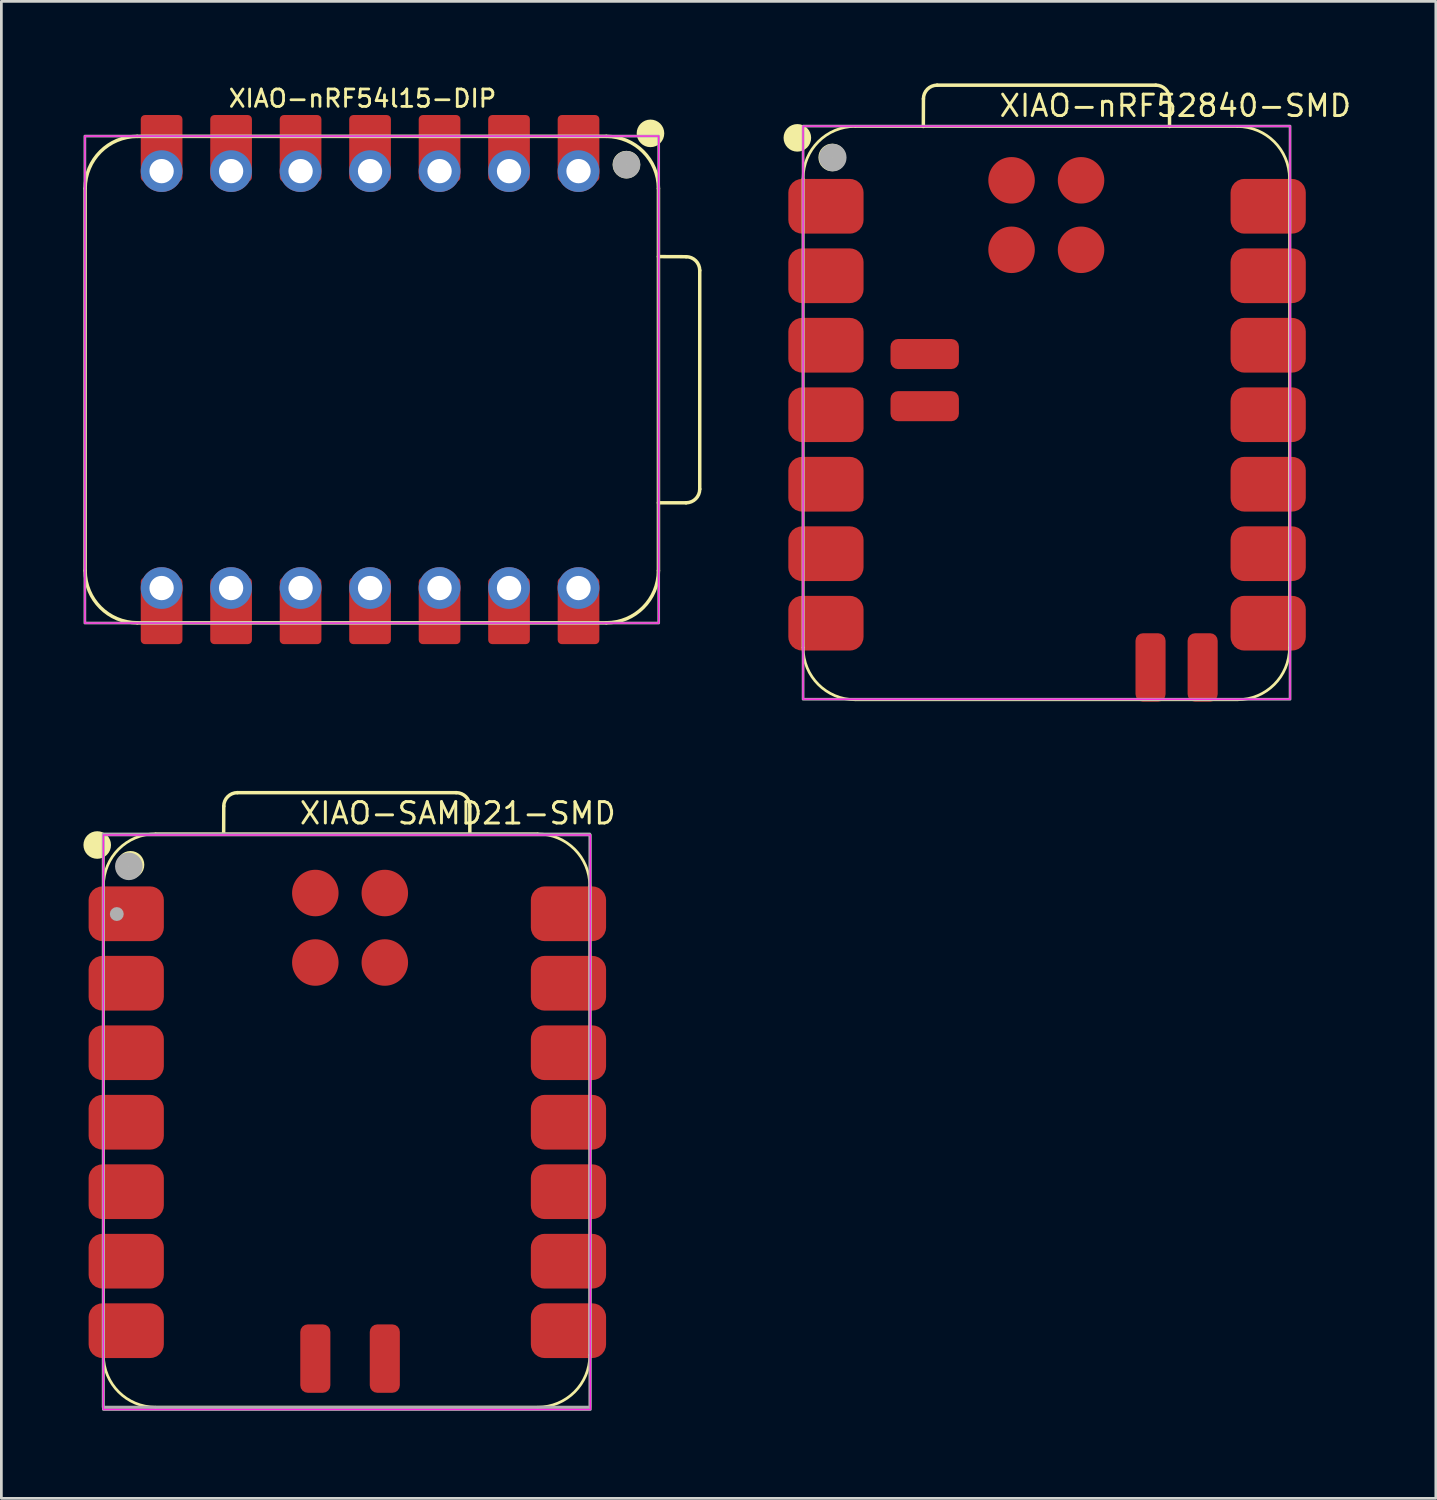
<source format=kicad_pcb>
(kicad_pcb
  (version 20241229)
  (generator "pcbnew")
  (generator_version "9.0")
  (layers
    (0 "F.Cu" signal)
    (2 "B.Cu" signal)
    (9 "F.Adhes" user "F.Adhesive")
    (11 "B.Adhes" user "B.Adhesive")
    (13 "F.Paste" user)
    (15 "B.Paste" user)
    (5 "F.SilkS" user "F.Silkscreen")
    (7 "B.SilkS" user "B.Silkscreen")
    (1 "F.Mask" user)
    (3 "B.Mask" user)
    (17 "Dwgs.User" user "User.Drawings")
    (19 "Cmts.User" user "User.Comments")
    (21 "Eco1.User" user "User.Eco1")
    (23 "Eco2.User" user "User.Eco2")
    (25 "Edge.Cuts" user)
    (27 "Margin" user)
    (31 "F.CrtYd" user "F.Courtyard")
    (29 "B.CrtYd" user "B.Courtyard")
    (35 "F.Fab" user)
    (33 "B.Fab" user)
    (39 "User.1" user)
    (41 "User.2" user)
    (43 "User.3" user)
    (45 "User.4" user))
  (footprint "XIAO-nRF54l15-DIP"
    (layer "F.Cu")
    (at 10.477 10.825)
    (property "Reference" "XIAO-nRF54l15-DIP" (at -0.275 -10.275 0) (unlocked yes) (layer "F.SilkS") (effects (font (size 0.635 0.635) (thickness 0.102))))
    (attr smd)
    (fp_line (start -10.414 -6.985) (end -10.414 6.985) (stroke (width 0.127) (type solid)) (layer "F.SilkS"))
    (fp_line (start -8.509 -8.89) (end 8.636 -8.89) (stroke (width 0.127) (type solid)) (layer "F.SilkS"))
    (fp_line (start -8.509 8.89) (end 8.636 8.89) (stroke (width 0.127) (type solid)) (layer "F.SilkS"))
    (fp_line (start 10.541 -4.495) (end 11.551 -4.491) (stroke (width 0.127) (type solid)) (layer "F.SilkS"))
    (fp_line (start 10.541 6.985) (end 10.541 -6.985) (stroke (width 0.1) (type solid)) (layer "F.SilkS"))
    (fp_line (start 10.541 6.985) (end 10.541 -6.985) (stroke (width 0.127) (type solid)) (layer "F.SilkS"))
    (fp_line (start 11.551 4.504) (end 10.541 4.504) (stroke (width 0.127) (type solid)) (layer "F.SilkS"))
    (fp_line (start 12.051 -3.991) (end 12.051 4.004) (stroke (width 0.127) (type solid)) (layer "F.SilkS"))
    (fp_arc (start -10.414 -6.985) (mid -9.856038 -8.332038) (end -8.509 -8.89) (stroke (width 0.127) (type solid)) (layer "F.SilkS"))
    (fp_arc (start -8.509 8.89) (mid -9.856038 8.332038) (end -10.414 6.985) (stroke (width 0.127) (type solid)) (layer "F.SilkS"))
    (fp_arc (start 8.636 -8.89) (mid 9.983038 -8.332038) (end 10.541 -6.985) (stroke (width 0.127) (type solid)) (layer "F.SilkS"))
    (fp_arc (start 10.541 6.985) (mid 9.983038 8.332038) (end 8.636 8.89) (stroke (width 0.127) (type solid)) (layer "F.SilkS"))
    (fp_arc (start 11.551272 -4.491272) (mid 11.904644 -4.344724) (end 12.051 -3.991272) (stroke (width 0.127) (type default)) (layer "F.SilkS"))
    (fp_arc (start 12.051 4.004) (mid 11.904553 4.357553) (end 11.551 4.504) (stroke (width 0.127) (type default)) (layer "F.SilkS"))
    (fp_circle (center 9.37 -7.857) (end 9.624 -7.857) (stroke (width 0.5) (type solid)) (fill yes) (layer "F.SilkS"))
    (fp_circle (center 10.25 -9) (end 10.504 -9) (stroke (width 0.5) (type solid)) (fill yes) (layer "F.SilkS"))
    (fp_rect (start -10.425 -8.9) (end 10.55 8.9) (stroke (width 0.05) (type default)) (fill no) (layer "F.CrtYd"))
    (fp_rect (start -10.425 -8.9) (end 10.55 8.9) (stroke (width 0.1) (type default)) (fill no) (layer "F.Fab"))
    (fp_circle (center 9.376 -7.854) (end 9.63 -7.854) (stroke (width 0.5) (type solid)) (fill no) (layer "F.Fab"))
    (pad "1" smd roundrect (at 7.62 -8.455 90) (size 2.432 1.524) (layers "F.Cu" "F.Mask") (roundrect_rratio 0.1))
    (pad "1" thru_hole circle (at 7.62 -7.62 90) (size 1.524 1.524) (drill 0.889) (layers "*.Cu" "*.Mask"))
    (pad "2" smd roundrect (at 5.08 -8.455 90) (size 2.432 1.524) (layers "F.Cu" "F.Mask") (roundrect_rratio 0.1))
    (pad "2" thru_hole circle (at 5.08 -7.62 90) (size 1.524 1.524) (drill 0.889) (layers "*.Cu" "*.Mask"))
    (pad "3" smd roundrect (at 2.54 -8.455 90) (size 2.432 1.524) (layers "F.Cu" "F.Mask") (roundrect_rratio 0.1))
    (pad "3" thru_hole circle (at 2.54 -7.62 90) (size 1.524 1.524) (drill 0.889) (layers "*.Cu" "*.Mask"))
    (pad "4" smd roundrect (at 0 -8.455 90) (size 2.432 1.524) (layers "F.Cu" "F.Mask") (roundrect_rratio 0.1))
    (pad "4" thru_hole circle (at 0 -7.62 90) (size 1.524 1.524) (drill 0.889) (layers "*.Cu" "*.Mask"))
    (pad "5" smd roundrect (at -2.54 -8.455 90) (size 2.432 1.524) (layers "F.Cu" "F.Mask") (roundrect_rratio 0.1))
    (pad "5" thru_hole circle (at -2.54 -7.62 90) (size 1.524 1.524) (drill 0.889) (layers "*.Cu" "*.Mask"))
    (pad "6" smd roundrect (at -5.08 -8.455 90) (size 2.432 1.524) (layers "F.Cu" "F.Mask") (roundrect_rratio 0.1))
    (pad "6" thru_hole circle (at -5.08 -7.62 90) (size 1.524 1.524) (drill 0.889) (layers "*.Cu" "*.Mask"))
    (pad "7" smd roundrect (at -7.62 -8.455 90) (size 2.432 1.524) (layers "F.Cu" "F.Mask") (roundrect_rratio 0.1))
    (pad "7" thru_hole circle (at -7.62 -7.62 90) (size 1.524 1.524) (drill 0.889) (layers "*.Cu" "*.Mask"))
    (pad "8" thru_hole circle (at -7.62 7.62 270) (size 1.524 1.524) (drill 0.889) (layers "*.Cu" "*.Mask"))
    (pad "8" smd roundrect (at -7.62 8.455 270) (size 2.432 1.524) (layers "F.Cu" "F.Mask") (roundrect_rratio 0.1))
    (pad "9" thru_hole circle (at -5.08 7.62 270) (size 1.524 1.524) (drill 0.889) (layers "*.Cu" "*.Mask"))
    (pad "9" smd roundrect (at -5.08 8.455 270) (size 2.432 1.524) (layers "F.Cu" "F.Mask") (roundrect_rratio 0.1))
    (pad "10" thru_hole circle (at -2.54 7.62 270) (size 1.524 1.524) (drill 0.889) (layers "*.Cu" "*.Mask"))
    (pad "10" smd roundrect (at -2.54 8.455 270) (size 2.432 1.524) (layers "F.Cu" "F.Mask") (roundrect_rratio 0.1))
    (pad "11" thru_hole circle (at 0 7.62 270) (size 1.524 1.524) (drill 0.889) (layers "*.Cu" "*.Mask"))
    (pad "11" smd roundrect (at 0 8.455 270) (size 2.432 1.524) (layers "F.Cu" "F.Mask") (roundrect_rratio 0.1))
    (pad "12" thru_hole circle (at 2.54 7.62 270) (size 1.524 1.524) (drill 0.889) (layers "*.Cu" "*.Mask"))
    (pad "12" smd roundrect (at 2.54 8.455 270) (size 2.432 1.524) (layers "F.Cu" "F.Mask") (roundrect_rratio 0.1))
    (pad "13" thru_hole circle (at 5.08 7.62 270) (size 1.524 1.524) (drill 0.889) (layers "*.Cu" "*.Mask"))
    (pad "13" smd roundrect (at 5.08 8.455 270) (size 2.432 1.524) (layers "F.Cu" "F.Mask") (roundrect_rratio 0.1))
    (pad "14" thru_hole circle (at 7.62 7.62 270) (size 1.524 1.524) (drill 0.889) (layers "*.Cu" "*.Mask"))
    (pad "14" smd roundrect (at 7.62 8.455 270) (size 2.432 1.524) (layers "F.Cu" "F.Mask") (roundrect_rratio 0.1)))
  (footprint "XIAO-nRF52840-SMD"
    (layer "F.Cu")
    (at 26.306 22.61)
    (property "Reference" "XIAO-nRF52840-SMD" (at 7.112 -21.336 0) (layer "F.SilkS") (effects (font (size 0.782 0.782) (thickness 0.107)) (justify left bottom)))
    (fp_line (start 0 -1.987) (end 0 -19.132) (stroke (width 0.1) (type solid)) (layer "F.SilkS"))
    (fp_line (start 1.905 -0.082) (end 15.875 -0.082) (stroke (width 0.1) (type solid)) (layer "F.SilkS"))
    (fp_line (start 4.395 -21.037) (end 4.399 -22.047) (stroke (width 0.127) (type solid)) (layer "F.SilkS"))
    (fp_line (start 4.899 -22.547) (end 12.894 -22.547) (stroke (width 0.127) (type solid)) (layer "F.SilkS"))
    (fp_line (start 13.394 -22.047) (end 13.394 -21.037) (stroke (width 0.127) (type solid)) (layer "F.SilkS"))
    (fp_line (start 15.875 -21.037) (end 1.905 -21.037) (stroke (width 0.1) (type solid)) (layer "F.SilkS"))
    (fp_line (start 17.78 -1.987) (end 17.78 -19.132) (stroke (width 0.1) (type solid)) (layer "F.SilkS"))
    (fp_arc (start 0 -19.136) (mid 0.557962 -20.483038) (end 1.905 -21.041) (stroke (width 0.1) (type solid)) (layer "F.SilkS"))
    (fp_arc (start 1.905 -0.082) (mid 0.557962 -0.639962) (end 0 -1.987) (stroke (width 0.1) (type solid)) (layer "F.SilkS"))
    (fp_arc (start 4.398728 -22.047272) (mid 4.545276 -22.400644) (end 4.898728 -22.547) (stroke (width 0.127) (type default)) (layer "F.SilkS"))
    (fp_arc (start 12.894 -22.547) (mid 13.247531 -22.400546) (end 13.394 -22.047) (stroke (width 0.127) (type default)) (layer "F.SilkS"))
    (fp_arc (start 15.875 -21.037) (mid 17.222016 -20.479031) (end 17.78 -19.132) (stroke (width 0.1) (type solid)) (layer "F.SilkS"))
    (fp_arc (start 17.78 -1.987) (mid 17.222038 -0.639961) (end 15.875 -0.082) (stroke (width 0.1) (type solid)) (layer "F.SilkS"))
    (fp_circle (center -0.21 -20.621) (end -0.21 -20.875) (stroke (width 0.5) (type solid)) (fill yes) (layer "F.SilkS"))
    (fp_circle (center 1.064 -19.904) (end 1.064 -20.158) (stroke (width 0.5) (type solid)) (fill yes) (layer "F.SilkS"))
    (fp_rect (start 0 -21.05) (end 17.8 -0.1) (stroke (width 0.05) (type default)) (fill no) (layer "F.CrtYd"))
    (fp_rect (start 0 -21.05) (end 17.8 -0.1) (stroke (width 0.1) (type default)) (fill no) (layer "F.Fab"))
    (fp_circle (center 1.084 -19.9) (end 1.084 -20.154) (stroke (width 0.5) (type solid)) (fill no) (layer "F.Fab"))
    (pad "1" smd roundrect (at 0.835 -18.12) (size 2.75 2) (layers "F.Cu" "F.Mask" "F.Paste") (roundrect_rratio 0.25))
    (pad "2" smd roundrect (at 0.835 -15.58) (size 2.75 2) (layers "F.Cu" "F.Mask" "F.Paste") (roundrect_rratio 0.25))
    (pad "3" smd roundrect (at 0.835 -13.04) (size 2.75 2) (layers "F.Cu" "F.Mask" "F.Paste") (roundrect_rratio 0.25))
    (pad "4" smd roundrect (at 0.835 -10.5) (size 2.75 2) (layers "F.Cu" "F.Mask" "F.Paste") (roundrect_rratio 0.25))
    (pad "5" smd roundrect (at 0.835 -7.96) (size 2.75 2) (layers "F.Cu" "F.Mask" "F.Paste") (roundrect_rratio 0.25))
    (pad "6" smd roundrect (at 0.835 -5.42) (size 2.75 2) (layers "F.Cu" "F.Mask" "F.Paste") (roundrect_rratio 0.25))
    (pad "7" smd roundrect (at 0.835 -2.88) (size 2.75 2) (layers "F.Cu" "F.Mask" "F.Paste") (roundrect_rratio 0.25))
    (pad "8" smd roundrect (at 17 -2.88) (size 2.75 2) (layers "F.Cu" "F.Mask" "F.Paste") (roundrect_rratio 0.25))
    (pad "9" smd roundrect (at 17 -5.42) (size 2.75 2) (layers "F.Cu" "F.Mask" "F.Paste") (roundrect_rratio 0.25))
    (pad "10" smd roundrect (at 17 -7.96) (size 2.75 2) (layers "F.Cu" "F.Mask" "F.Paste") (roundrect_rratio 0.25))
    (pad "11" smd roundrect (at 17 -10.5) (size 2.75 2) (layers "F.Cu" "F.Mask" "F.Paste") (roundrect_rratio 0.25))
    (pad "12" smd roundrect (at 17 -13.04) (size 2.75 2) (layers "F.Cu" "F.Mask" "F.Paste") (roundrect_rratio 0.25))
    (pad "13" smd roundrect (at 17 -15.58) (size 2.75 2) (layers "F.Cu" "F.Mask" "F.Paste") (roundrect_rratio 0.25))
    (pad "14" smd roundrect (at 17 -18.12) (size 2.75 2) (layers "F.Cu" "F.Mask" "F.Paste") (roundrect_rratio 0.25))
    (pad "15" smd roundrect (at 4.445 -10.813 180) (size 2.5 1.1) (layers "F.Cu" "F.Mask" "F.Paste") (roundrect_rratio 0.25))
    (pad "16" smd roundrect (at 4.445 -12.719 180) (size 2.5 1.1) (layers "F.Cu" "F.Mask" "F.Paste") (roundrect_rratio 0.25))
    (pad "17" smd roundrect (at 12.7 -1.263 270) (size 2.5 1.1) (layers "F.Cu" "F.Mask" "F.Paste") (roundrect_rratio 0.25))
    (pad "18" smd roundrect (at 14.605 -1.263 270) (size 2.5 1.1) (layers "F.Cu" "F.Mask" "F.Paste") (roundrect_rratio 0.25))
    (pad "19" smd circle (at 7.62 -19.069) (size 1.7 1.7) (layers "F.Cu" "F.Mask" "F.Paste"))
    (pad "20" smd circle (at 10.16 -19.069) (size 1.7 1.7) (layers "F.Cu" "F.Mask" "F.Paste"))
    (pad "21" smd circle (at 7.62 -16.529) (size 1.7 1.7) (layers "F.Cu" "F.Mask" "F.Paste"))
    (pad "22" smd circle (at 10.16 -16.529) (size 1.7 1.7) (layers "F.Cu" "F.Mask" "F.Paste")))
  (footprint "XIAO-SAMD21-SMD"
    (layer "F.Cu")
    (at 0.729 48.471)
    (property "Reference" "XIAO-SAMD21-SMD" (at 7.112 -21.336 0) (layer "F.SilkS") (effects (font (size 0.782 0.782) (thickness 0.107)) (justify left bottom)))
    (fp_line (start 0.001 -1.987) (end 0.001 -19.132) (stroke (width 0.1) (type solid)) (layer "F.SilkS"))
    (fp_line (start 1.906 -0.082) (end 15.876 -0.082) (stroke (width 0.1) (type solid)) (layer "F.SilkS"))
    (fp_line (start 4.396 -21.037) (end 4.4 -22.048) (stroke (width 0.127) (type solid)) (layer "F.SilkS"))
    (fp_line (start 4.9 -22.547) (end 12.895 -22.547) (stroke (width 0.127) (type solid)) (layer "F.SilkS"))
    (fp_line (start 13.395 -22.047) (end 13.395 -21.037) (stroke (width 0.127) (type solid)) (layer "F.SilkS"))
    (fp_line (start 15.876 -21.037) (end 1.906 -21.037) (stroke (width 0.1) (type solid)) (layer "F.SilkS"))
    (fp_line (start 15.876 -21.037) (end 1.906 -21.037) (stroke (width 0.1) (type solid)) (layer "F.SilkS"))
    (fp_line (start 17.781 -1.987) (end 17.781 -19.132) (stroke (width 0.1) (type solid)) (layer "F.SilkS"))
    (fp_arc (start 0.001 -19.1363) (mid 0.558966 -20.483329) (end 1.906 -21.0413) (stroke (width 0.1) (type solid)) (layer "F.SilkS"))
    (fp_arc (start 1.906 -0.0823) (mid 0.558962 -0.640262) (end 0.001 -1.9873) (stroke (width 0.1) (type solid)) (layer "F.SilkS"))
    (fp_arc (start 4.399728 -22.047572) (mid 4.546276 -22.400944) (end 4.899728 -22.5473) (stroke (width 0.127) (type default)) (layer "F.SilkS"))
    (fp_arc (start 12.895 -22.5473) (mid 13.248553 -22.400853) (end 13.395 -22.0473) (stroke (width 0.127) (type default)) (layer "F.SilkS"))
    (fp_arc (start 15.876 -21.0373) (mid 17.223038 -20.479337) (end 17.781 -19.1323) (stroke (width 0.1) (type solid)) (layer "F.SilkS"))
    (fp_arc (start 17.781 -1.9873) (mid 17.223038 -0.640262) (end 15.876 -0.0823) (stroke (width 0.1) (type solid)) (layer "F.SilkS"))
    (fp_circle (center -0.225 -20.633) (end -0.225 -20.887) (stroke (width 0.5) (type solid)) (fill yes) (layer "F.SilkS"))
    (fp_circle (center 0.992 -19.91) (end 0.992 -20.164) (stroke (width 0.5) (type solid)) (fill yes) (layer "F.SilkS"))
    (fp_rect (start 17.8 0) (end 0 -21) (stroke (width 0.05) (type default)) (fill no) (layer "F.CrtYd"))
    (fp_rect (start -0.009 -21.036) (end 17.781 -0.086) (stroke (width 0.1) (type default)) (fill no) (layer "F.Fab"))
    (fp_rect (start 0 -21) (end 17.8 0) (stroke (width 0.1) (type default)) (fill no) (layer "F.Fab"))
    (fp_circle (center 0.49 -18.11) (end 0.617 -18.11) (stroke (width 0.254) (type solid)) (fill no) (layer "F.Fab"))
    (fp_circle (center 0.93 -19.853) (end 0.93 -20.107) (stroke (width 0.5) (type solid)) (fill no) (layer "F.Fab"))
    (pad "1" smd roundrect (at 0.835 -18.12) (size 2.75 2) (layers "F.Cu" "F.Mask" "F.Paste") (roundrect_rratio 0.25))
    (pad "2" smd roundrect (at 0.835 -15.58) (size 2.75 2) (layers "F.Cu" "F.Mask" "F.Paste") (roundrect_rratio 0.25))
    (pad "3" smd roundrect (at 0.835 -13.04) (size 2.75 2) (layers "F.Cu" "F.Mask" "F.Paste") (roundrect_rratio 0.25))
    (pad "4" smd roundrect (at 0.835 -10.5) (size 2.75 2) (layers "F.Cu" "F.Mask" "F.Paste") (roundrect_rratio 0.25))
    (pad "5" smd roundrect (at 0.835 -7.96) (size 2.75 2) (layers "F.Cu" "F.Mask" "F.Paste") (roundrect_rratio 0.25))
    (pad "6" smd roundrect (at 0.835 -5.42) (size 2.75 2) (layers "F.Cu" "F.Mask" "F.Paste") (roundrect_rratio 0.25))
    (pad "7" smd roundrect (at 0.835 -2.88) (size 2.75 2) (layers "F.Cu" "F.Mask" "F.Paste") (roundrect_rratio 0.25))
    (pad "8" smd roundrect (at 17 -2.88) (size 2.75 2) (layers "F.Cu" "F.Mask" "F.Paste") (roundrect_rratio 0.25))
    (pad "9" smd roundrect (at 17 -5.42) (size 2.75 2) (layers "F.Cu" "F.Mask" "F.Paste") (roundrect_rratio 0.25))
    (pad "10" smd roundrect (at 17 -7.96) (size 2.75 2) (layers "F.Cu" "F.Mask" "F.Paste") (roundrect_rratio 0.25))
    (pad "11" smd roundrect (at 17 -10.5) (size 2.75 2) (layers "F.Cu" "F.Mask" "F.Paste") (roundrect_rratio 0.25))
    (pad "12" smd roundrect (at 17 -13.04) (size 2.75 2) (layers "F.Cu" "F.Mask" "F.Paste") (roundrect_rratio 0.25))
    (pad "13" smd roundrect (at 17 -15.58) (size 2.75 2) (layers "F.Cu" "F.Mask" "F.Paste") (roundrect_rratio 0.25))
    (pad "14" smd roundrect (at 17 -18.12) (size 2.75 2) (layers "F.Cu" "F.Mask" "F.Paste") (roundrect_rratio 0.25))
    (pad "15" smd roundrect (at 7.747 -1.86 90) (size 2.5 1.1) (layers "F.Cu" "F.Mask" "F.Paste") (roundrect_rratio 0.25))
    (pad "16" smd roundrect (at 10.287 -1.86 90) (size 2.5 1.1) (layers "F.Cu" "F.Mask" "F.Paste") (roundrect_rratio 0.25))
    (pad "17" smd circle (at 7.747 -18.878) (size 1.7 1.7) (layers "F.Cu" "F.Mask" "F.Paste"))
    (pad "18" smd circle (at 10.287 -18.878) (size 1.7 1.7) (layers "F.Cu" "F.Mask" "F.Paste"))
    (pad "19" smd circle (at 7.747 -16.338) (size 1.7 1.7) (layers "F.Cu" "F.Mask" "F.Paste"))
    (pad "20" smd circle (at 10.287 -16.338) (size 1.7 1.7) (layers "F.Cu" "F.Mask" "F.Paste")))
  (gr_rect
    (start -3 -3)
    (end 49.434 51.721)
    (stroke (width 0.1) (type default))
    (fill no)
    (layer "Edge.Cuts")))
</source>
